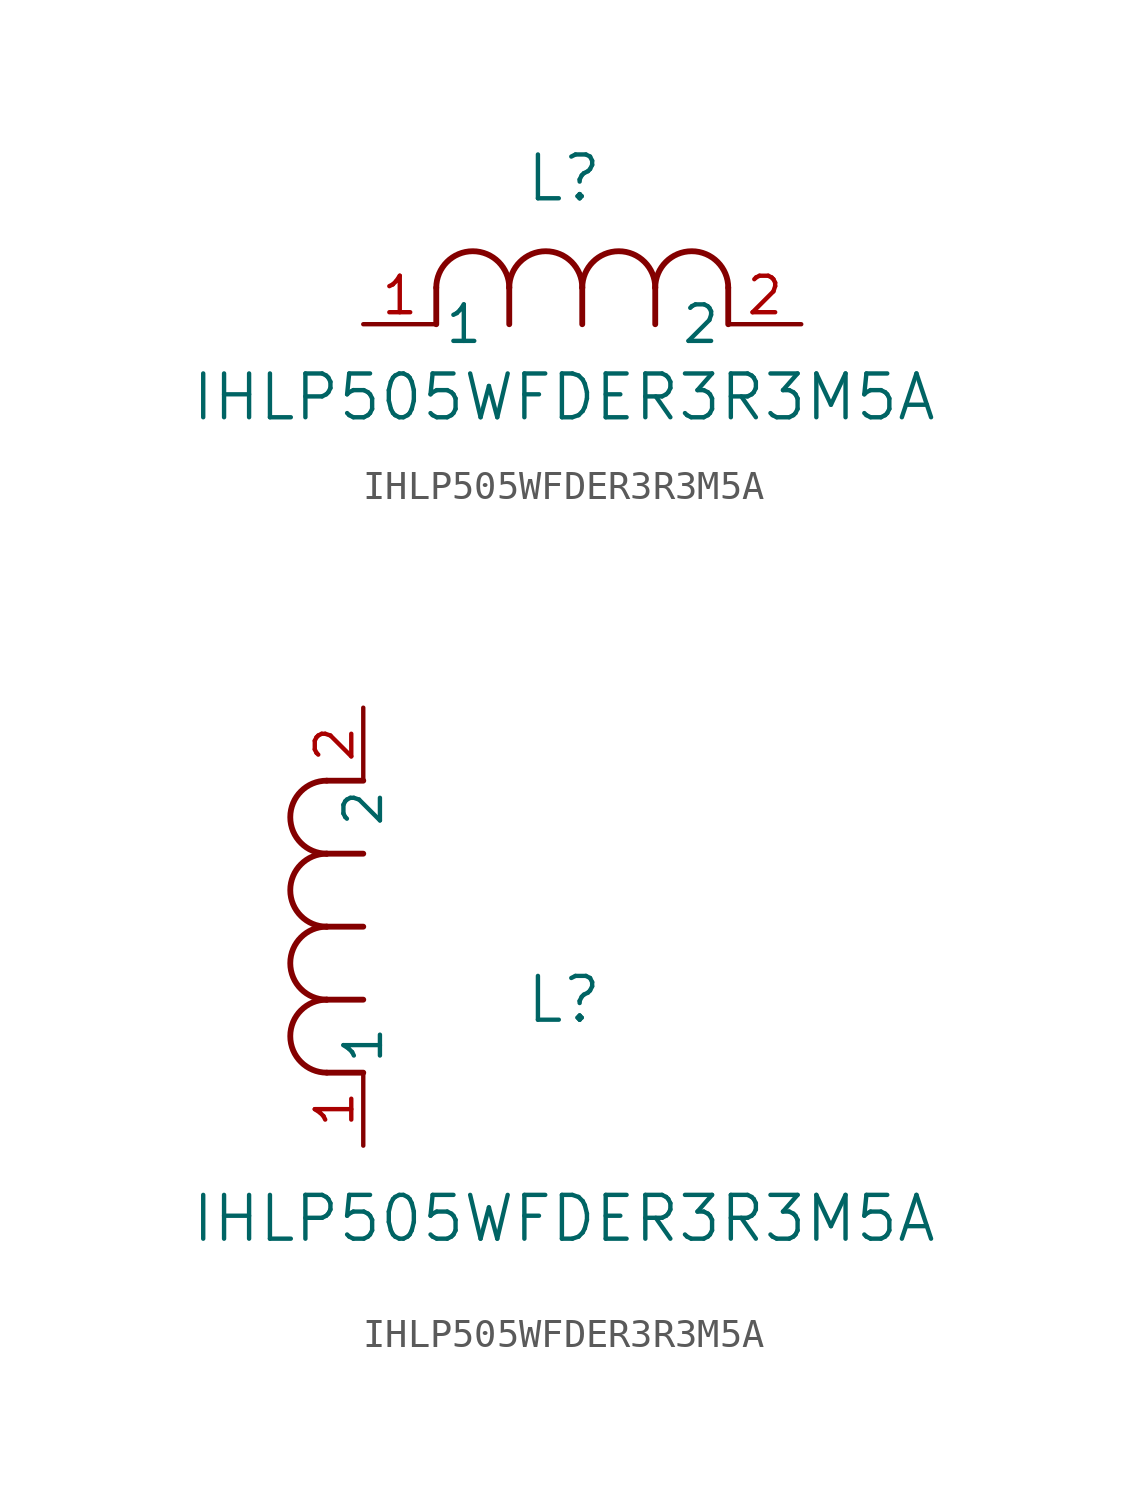
<source format=kicad_sym>
(kicad_symbol_lib
  (version 20211014)
  (generator kicad_symbol_editor)
  (symbol "IHLP505WFDER3R3M5A"
    (pin_names
      (offset 0.254))
    (property "Reference" "L"
      (at 6.985 5.08 0)
      (effects (font (size 1.524 1.524))))
    (property "Value" "IHLP505WFDER3R3M5A"
      (at 6.985 -2.54 0)
      (effects (font (size 1.524 1.524))))
    (symbol "IHLP505WFDER3R3M5A_1_1"
      (arc (start 7.62 1.27) (mid 6.35 2.54) (end 5.08 1.27) (stroke (width 0.2032) (type default) (color 0 0 0 0)) (fill (type none)))
      (polyline (pts (xy 5.08 0) (xy 5.08 1.27)) (stroke (width 0.203) (type default) (color 0 0 0 0)) (fill (type none)))
      (polyline (pts (xy 7.62 0) (xy 7.62 1.27)) (stroke (width 0.203) (type default) (color 0 0 0 0)) (fill (type none)))
      (polyline (pts (xy 12.7 0) (xy 12.7 1.27)) (stroke (width 0.203) (type default) (color 0 0 0 0)) (fill (type none)))
      (arc (start 5.08 1.27) (mid 3.81 2.54) (end 2.54 1.27) (stroke (width 0.2032) (type default) (color 0 0 0 0)) (fill (type none)))
      (arc (start 10.16 1.27) (mid 8.89 2.54) (end 7.62 1.27) (stroke (width 0.2032) (type default) (color 0 0 0 0)) (fill (type none)))
      (arc (start 12.7 1.27) (mid 11.43 2.54) (end 10.16 1.27) (stroke (width 0.2032) (type default) (color 0 0 0 0)) (fill (type none)))
      (polyline (pts (xy 2.54 0) (xy 2.54 1.27)) (stroke (width 0.203) (type default) (color 0 0 0 0)) (fill (type none)))
      (polyline (pts (xy 10.16 0) (xy 10.16 1.27)) (stroke (width 0.203) (type default) (color 0 0 0 0)) (fill (type none)))
      (pin unspecified line (at 0 0 0) (length 2.54) (name "1" (effects (font (size 1.27 1.27)))) (number "1" (effects (font (size 1.27 1.27)))))
      (pin unspecified line (at 15.24 0 180) (length 2.54) (name "2" (effects (font (size 1.27 1.27)))) (number "2" (effects (font (size 1.27 1.27))))))
    (symbol "IHLP505WFDER3R3M5A_1_2"
      (arc (start -1.27 7.62) (mid -2.54 6.35) (end -1.27 5.08) (stroke (width 0.2032) (type default) (color 0 0 0 0)) (fill (type none)))
      (arc (start -1.27 5.08) (mid -2.54 3.81) (end -1.27 2.54) (stroke (width 0.2032) (type default) (color 0 0 0 0)) (fill (type none)))
      (arc (start -1.27 12.7) (mid -2.54 11.43) (end -1.27 10.16) (stroke (width 0.2032) (type default) (color 0 0 0 0)) (fill (type none)))
      (arc (start -1.27 10.16) (mid -2.54 8.89) (end -1.27 7.62) (stroke (width 0.2032) (type default) (color 0 0 0 0)) (fill (type none)))
      (polyline (pts (xy 0 7.62) (xy -1.27 7.62)) (stroke (width 0.203) (type default) (color 0 0 0 0)) (fill (type none)))
      (polyline (pts (xy 0 5.08) (xy -1.27 5.08)) (stroke (width 0.203) (type default) (color 0 0 0 0)) (fill (type none)))
      (polyline (pts (xy 0 12.7) (xy -1.27 12.7)) (stroke (width 0.203) (type default) (color 0 0 0 0)) (fill (type none)))
      (polyline (pts (xy 0 2.54) (xy -1.27 2.54)) (stroke (width 0.203) (type default) (color 0 0 0 0)) (fill (type none)))
      (polyline (pts (xy 0 10.16) (xy -1.27 10.16)) (stroke (width 0.203) (type default) (color 0 0 0 0)) (fill (type none)))
      (pin unspecified line (at 0 0 90) (length 2.54) (name "1" (effects (font (size 1.27 1.27)))) (number "1" (effects (font (size 1.27 1.27)))))
      (pin unspecified line (at 0 15.24 270) (length 2.54) (name "2" (effects (font (size 1.27 1.27)))) (number "2" (effects (font (size 1.27 1.27))))))))
</source>
